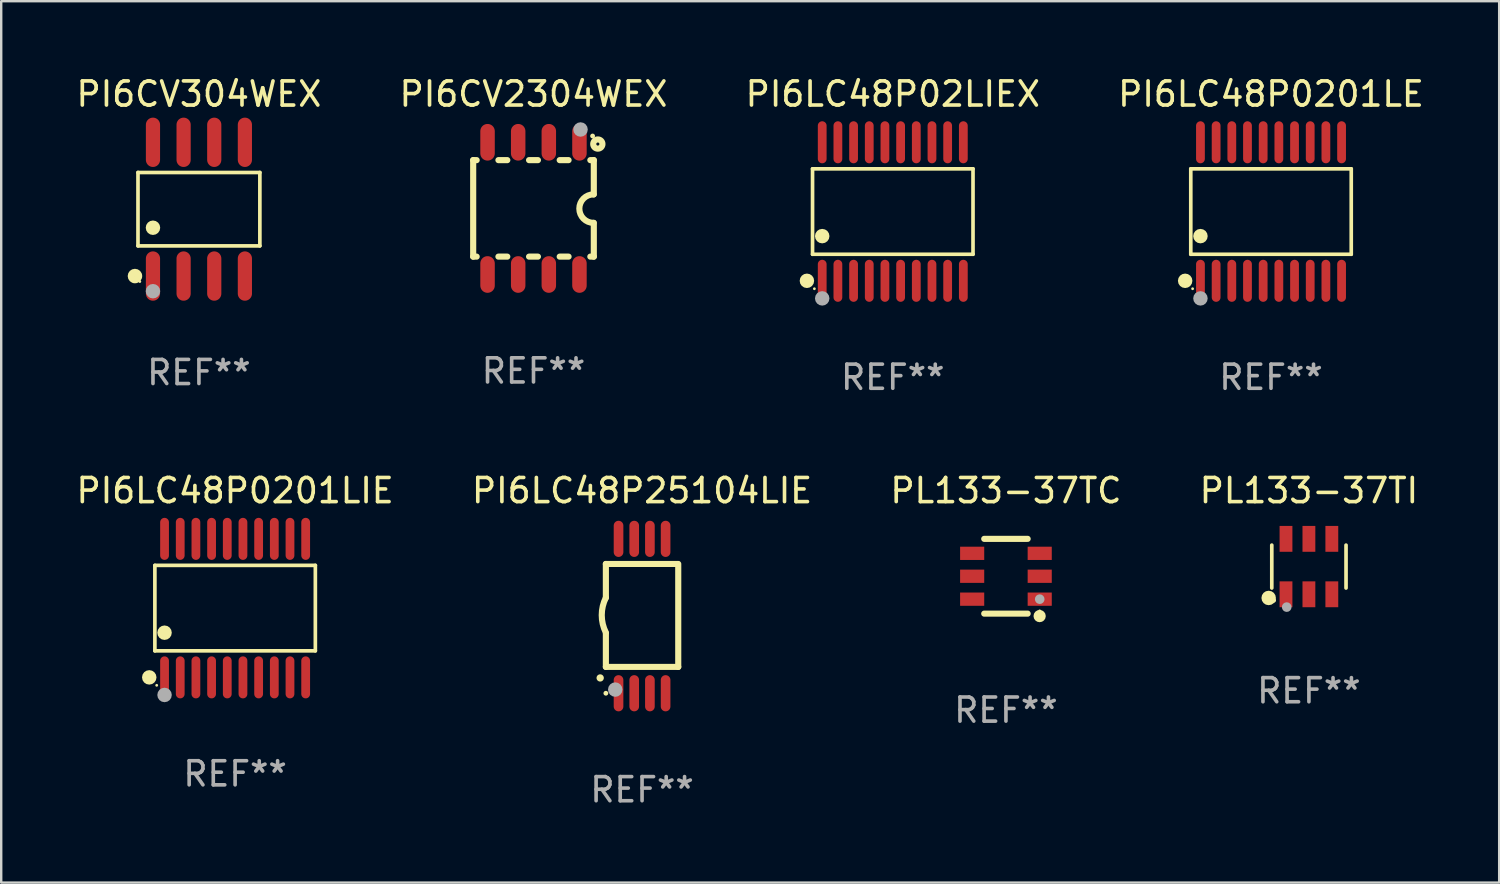
<source format=kicad_pcb>
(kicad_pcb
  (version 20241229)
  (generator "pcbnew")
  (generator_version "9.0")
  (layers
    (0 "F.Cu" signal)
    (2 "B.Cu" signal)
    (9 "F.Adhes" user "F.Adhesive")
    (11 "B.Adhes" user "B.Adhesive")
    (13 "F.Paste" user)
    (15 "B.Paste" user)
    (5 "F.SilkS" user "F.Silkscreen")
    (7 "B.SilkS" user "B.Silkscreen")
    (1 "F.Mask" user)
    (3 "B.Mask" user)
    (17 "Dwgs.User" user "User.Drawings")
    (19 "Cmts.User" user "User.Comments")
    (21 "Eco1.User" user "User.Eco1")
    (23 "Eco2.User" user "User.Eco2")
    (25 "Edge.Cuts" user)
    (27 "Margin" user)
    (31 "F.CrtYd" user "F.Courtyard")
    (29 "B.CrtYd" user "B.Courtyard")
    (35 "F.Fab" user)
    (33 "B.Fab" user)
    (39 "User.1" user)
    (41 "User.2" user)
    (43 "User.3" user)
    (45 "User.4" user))
  (footprint "PI6LC48P25104LIE"
    (layer "F.Cu")
    (at 23.565 22.487)
    (property "Reference" "PI6LC48P25104LIE" (at 0 -5.2 0) (layer "F.SilkS") (effects (font (size 1 1) (thickness 0.15))))
    (attr through_hole)
    (fp_line (start -1.5 -0.762) (end -1.5 -2.159) (stroke (width 0.254) (type solid)) (layer "F.SilkS"))
    (fp_line (start -1.5 2.108) (end -1.5 0.711) (stroke (width 0.254) (type solid)) (layer "F.SilkS"))
    (fp_line (start -1.5 2.108) (end 1.5 2.108) (stroke (width 0.254) (type solid)) (layer "F.SilkS"))
    (fp_line (start 1.463 -2.159) (end -1.5 -2.159) (stroke (width 0.254) (type solid)) (layer "F.SilkS"))
    (fp_line (start 1.5 2.108) (end 1.5 -2.159) (stroke (width 0.254) (type solid)) (layer "F.SilkS"))
    (fp_arc (start -1.737287 2.565405) (mid -1.736017 2.5654) (end -1.734747 2.565405) (stroke (width 0.3) (type solid)) (layer "F.SilkS"))
    (fp_arc (start -1.500076 0.685801) (mid -1.670966 -0.0381) (end -1.500076 -0.762002) (stroke (width 0.254001) (type solid)) (layer "F.SilkS"))
    (fp_circle (center -1.5 3.2) (end -1.45 3.2) (stroke (width 0.1) (type solid)) (fill no) (layer "F.SilkS"))
    (fp_circle (center -1.112 3.048) (end -0.962 3.048) (stroke (width 0.3) (type solid)) (fill no) (layer "F.Fab"))
    (fp_text user "REF**" (at 0 7.2 0) (layer "F.Fab") (effects (font (size 1 1) (thickness 0.15))))
    (pad "1" smd oval (at -0.975 3.2 180) (size 0.4 1.5) (layers "F.Cu" "F.Mask" "F.Paste"))
    (pad "2" smd oval (at -0.325 3.2 180) (size 0.4 1.5) (layers "F.Cu" "F.Mask" "F.Paste"))
    (pad "3" smd oval (at 0.325 3.2 180) (size 0.4 1.5) (layers "F.Cu" "F.Mask" "F.Paste"))
    (pad "4" smd oval (at 0.976 3.2 180) (size 0.4 1.5) (layers "F.Cu" "F.Mask" "F.Paste"))
    (pad "5" smd oval (at 0.976 -3.2 180) (size 0.4 1.5) (layers "F.Cu" "F.Mask" "F.Paste"))
    (pad "6" smd oval (at 0.325 -3.2 180) (size 0.4 1.5) (layers "F.Cu" "F.Mask" "F.Paste"))
    (pad "7" smd oval (at -0.325 -3.2 180) (size 0.4 1.5) (layers "F.Cu" "F.Mask" "F.Paste"))
    (pad "8" smd oval (at -0.975 -3.2 180) (size 0.4 1.5) (layers "F.Cu" "F.Mask" "F.Paste")))
  (footprint "PL133-37TI"
    (layer "F.Cu")
    (at 51.208 20.436)
    (property "Reference" "PL133-37TI" (at 0 -3.149 0) (layer "F.SilkS") (effects (font (size 1 1) (thickness 0.15))))
    (attr through_hole)
    (fp_line (start -1.539 0.889) (end -1.539 -0.889) (stroke (width 0.152) (type solid)) (layer "F.SilkS"))
    (fp_line (start 1.539 0.889) (end 1.539 -0.889) (stroke (width 0.152) (type solid)) (layer "F.SilkS"))
    (fp_circle (center -1.668 1.301) (end -1.518 1.301) (stroke (width 0.3) (type solid)) (fill no) (layer "F.SilkS"))
    (fp_circle (center -1.463 1.4) (end -1.413 1.4) (stroke (width 0.1) (type solid)) (fill no) (layer "F.SilkS"))
    (fp_circle (center -0.92 1.68) (end -0.82 1.68) (stroke (width 0.2) (type solid)) (fill no) (layer "F.Fab"))
    (fp_text user "REF**" (at 0 5.149 0) (layer "F.Fab") (effects (font (size 1 1) (thickness 0.15))))
    (pad "1" smd rect (at -0.95 1.149) (size 0.532 1.072) (layers "F.Cu" "F.Mask" "F.Paste"))
    (pad "2" smd rect (at 0 1.149) (size 0.532 1.072) (layers "F.Cu" "F.Mask" "F.Paste"))
    (pad "3" smd rect (at 0.95 1.149) (size 0.532 1.072) (layers "F.Cu" "F.Mask" "F.Paste"))
    (pad "4" smd rect (at 0.95 -1.149) (size 0.532 1.072) (layers "F.Cu" "F.Mask" "F.Paste"))
    (pad "5" smd rect (at 0 -1.149) (size 0.532 1.072) (layers "F.Cu" "F.Mask" "F.Paste"))
    (pad "6" smd rect (at -0.95 -1.149) (size 0.532 1.072) (layers "F.Cu" "F.Mask" "F.Paste")))
  (footprint "PI6LC48P0201LIE"
    (layer "F.Cu")
    (at 6.696 22.158)
    (property "Reference" "PI6LC48P0201LIE" (at 0 -4.871 0) (layer "F.SilkS") (effects (font (size 1 1) (thickness 0.15))))
    (attr through_hole)
    (fp_line (start -3.326 -1.771) (end 3.326 -1.771) (stroke (width 0.152) (type solid)) (layer "F.SilkS"))
    (fp_line (start -3.326 1.771) (end -3.326 -1.771) (stroke (width 0.152) (type solid)) (layer "F.SilkS"))
    (fp_line (start 3.326 -1.771) (end 3.326 1.771) (stroke (width 0.152) (type solid)) (layer "F.SilkS"))
    (fp_line (start 3.326 1.771) (end -3.326 1.771) (stroke (width 0.152) (type solid)) (layer "F.SilkS"))
    (fp_circle (center -3.559 2.871) (end -3.409 2.871) (stroke (width 0.3) (type solid)) (fill no) (layer "F.SilkS"))
    (fp_circle (center -3.25 3.2) (end -3.22 3.2) (stroke (width 0.06) (type solid)) (fill no) (layer "F.SilkS"))
    (fp_circle (center -2.925 1.019) (end -2.775 1.019) (stroke (width 0.3) (type solid)) (fill no) (layer "F.SilkS"))
    (fp_circle (center -2.925 3.6) (end -2.775 3.6) (stroke (width 0.3) (type solid)) (fill no) (layer "F.Fab"))
    (fp_text user "REF**" (at 0 6.871 0) (layer "F.Fab") (effects (font (size 1 1) (thickness 0.15))))
    (pad "1" smd oval (at -2.925 2.871) (size 0.364 1.742) (layers "F.Cu" "F.Mask" "F.Paste"))
    (pad "2" smd oval (at -2.275 2.871) (size 0.364 1.742) (layers "F.Cu" "F.Mask" "F.Paste"))
    (pad "3" smd oval (at -1.625 2.871) (size 0.364 1.742) (layers "F.Cu" "F.Mask" "F.Paste"))
    (pad "4" smd oval (at -0.975 2.871) (size 0.364 1.742) (layers "F.Cu" "F.Mask" "F.Paste"))
    (pad "5" smd oval (at -0.325 2.871) (size 0.364 1.742) (layers "F.Cu" "F.Mask" "F.Paste"))
    (pad "6" smd oval (at 0.325 2.871) (size 0.364 1.742) (layers "F.Cu" "F.Mask" "F.Paste"))
    (pad "7" smd oval (at 0.975 2.871) (size 0.364 1.742) (layers "F.Cu" "F.Mask" "F.Paste"))
    (pad "8" smd oval (at 1.625 2.871) (size 0.364 1.742) (layers "F.Cu" "F.Mask" "F.Paste"))
    (pad "9" smd oval (at 2.275 2.871) (size 0.364 1.742) (layers "F.Cu" "F.Mask" "F.Paste"))
    (pad "10" smd oval (at 2.925 2.871) (size 0.364 1.742) (layers "F.Cu" "F.Mask" "F.Paste"))
    (pad "11" smd oval (at 2.925 -2.871) (size 0.364 1.742) (layers "F.Cu" "F.Mask" "F.Paste"))
    (pad "12" smd oval (at 2.275 -2.871) (size 0.364 1.742) (layers "F.Cu" "F.Mask" "F.Paste"))
    (pad "13" smd oval (at 1.625 -2.871) (size 0.364 1.742) (layers "F.Cu" "F.Mask" "F.Paste"))
    (pad "14" smd oval (at 0.975 -2.871) (size 0.364 1.742) (layers "F.Cu" "F.Mask" "F.Paste"))
    (pad "15" smd oval (at 0.325 -2.871) (size 0.364 1.742) (layers "F.Cu" "F.Mask" "F.Paste"))
    (pad "16" smd oval (at -0.325 -2.871) (size 0.364 1.742) (layers "F.Cu" "F.Mask" "F.Paste"))
    (pad "17" smd oval (at -0.975 -2.871) (size 0.364 1.742) (layers "F.Cu" "F.Mask" "F.Paste"))
    (pad "18" smd oval (at -1.625 -2.871) (size 0.364 1.742) (layers "F.Cu" "F.Mask" "F.Paste"))
    (pad "19" smd oval (at -2.275 -2.871) (size 0.364 1.742) (layers "F.Cu" "F.Mask" "F.Paste"))
    (pad "20" smd oval (at -2.925 -2.871) (size 0.364 1.742) (layers "F.Cu" "F.Mask" "F.Paste")))
  (footprint "PL133-37TC"
    (layer "F.Cu")
    (at 38.649 20.837)
    (property "Reference" "PL133-37TC" (at 0 -3.55 0) (layer "F.SilkS") (effects (font (size 1 1) (thickness 0.15))))
    (attr through_hole)
    (fp_line (start -0.9 -1.55) (end 0.9 -1.55) (stroke (width 0.254) (type solid)) (layer "F.SilkS"))
    (fp_line (start -0.9 1.55) (end 0.9 1.55) (stroke (width 0.254) (type solid)) (layer "F.SilkS"))
    (fp_circle (center 1.397 1.651) (end 1.524 1.651) (stroke (width 0.254) (type solid)) (fill no) (layer "F.SilkS"))
    (fp_circle (center 1.4 1.435) (end 1.43 1.435) (stroke (width 0.06) (type solid)) (fill no) (layer "F.SilkS"))
    (fp_circle (center 1.4 0.95) (end 1.5 0.95) (stroke (width 0.2) (type solid)) (fill no) (layer "F.Fab"))
    (fp_text user "REF**" (at 0 5.55 0) (layer "F.Fab") (effects (font (size 1 1) (thickness 0.15))))
    (pad "1" smd rect (at 1.4 0.95) (size 1 0.55) (layers "F.Cu" "F.Mask" "F.Paste"))
    (pad "2" smd rect (at 1.4 -0.000102) (size 1 0.55) (layers "F.Cu" "F.Mask" "F.Paste"))
    (pad "3" smd rect (at 1.4 -0.95) (size 1 0.55) (layers "F.Cu" "F.Mask" "F.Paste"))
    (pad "4" smd rect (at -1.4 -0.95) (size 1 0.55) (layers "F.Cu" "F.Mask" "F.Paste"))
    (pad "5" smd rect (at -1.4 -0.000102) (size 1 0.55) (layers "F.Cu" "F.Mask" "F.Paste"))
    (pad "6" smd rect (at -1.4 0.95) (size 1 0.55) (layers "F.Cu" "F.Mask" "F.Paste")))
  (footprint "PI6LC48P0201LE"
    (layer "F.Cu")
    (at 49.637 5.719)
    (property "Reference" "PI6LC48P0201LE" (at 0 -4.871 0) (layer "F.SilkS") (effects (font (size 1 1) (thickness 0.15))))
    (attr through_hole)
    (fp_line (start -3.326 -1.771) (end 3.326 -1.771) (stroke (width 0.152) (type solid)) (layer "F.SilkS"))
    (fp_line (start -3.326 1.771) (end -3.326 -1.771) (stroke (width 0.152) (type solid)) (layer "F.SilkS"))
    (fp_line (start 3.326 -1.771) (end 3.326 1.771) (stroke (width 0.152) (type solid)) (layer "F.SilkS"))
    (fp_line (start 3.326 1.771) (end -3.326 1.771) (stroke (width 0.152) (type solid)) (layer "F.SilkS"))
    (fp_circle (center -3.559 2.871) (end -3.409 2.871) (stroke (width 0.3) (type solid)) (fill no) (layer "F.SilkS"))
    (fp_circle (center -3.25 3.2) (end -3.22 3.2) (stroke (width 0.06) (type solid)) (fill no) (layer "F.SilkS"))
    (fp_circle (center -2.925 1.019) (end -2.775 1.019) (stroke (width 0.3) (type solid)) (fill no) (layer "F.SilkS"))
    (fp_circle (center -2.925 3.6) (end -2.775 3.6) (stroke (width 0.3) (type solid)) (fill no) (layer "F.Fab"))
    (fp_text user "REF**" (at 0 6.871 0) (layer "F.Fab") (effects (font (size 1 1) (thickness 0.15))))
    (pad "1" smd oval (at -2.925 2.871) (size 0.364 1.742) (layers "F.Cu" "F.Mask" "F.Paste"))
    (pad "2" smd oval (at -2.275 2.871) (size 0.364 1.742) (layers "F.Cu" "F.Mask" "F.Paste"))
    (pad "3" smd oval (at -1.625 2.871) (size 0.364 1.742) (layers "F.Cu" "F.Mask" "F.Paste"))
    (pad "4" smd oval (at -0.975 2.871) (size 0.364 1.742) (layers "F.Cu" "F.Mask" "F.Paste"))
    (pad "5" smd oval (at -0.325 2.871) (size 0.364 1.742) (layers "F.Cu" "F.Mask" "F.Paste"))
    (pad "6" smd oval (at 0.325 2.871) (size 0.364 1.742) (layers "F.Cu" "F.Mask" "F.Paste"))
    (pad "7" smd oval (at 0.975 2.871) (size 0.364 1.742) (layers "F.Cu" "F.Mask" "F.Paste"))
    (pad "8" smd oval (at 1.625 2.871) (size 0.364 1.742) (layers "F.Cu" "F.Mask" "F.Paste"))
    (pad "9" smd oval (at 2.275 2.871) (size 0.364 1.742) (layers "F.Cu" "F.Mask" "F.Paste"))
    (pad "10" smd oval (at 2.925 2.871) (size 0.364 1.742) (layers "F.Cu" "F.Mask" "F.Paste"))
    (pad "11" smd oval (at 2.925 -2.871) (size 0.364 1.742) (layers "F.Cu" "F.Mask" "F.Paste"))
    (pad "12" smd oval (at 2.275 -2.871) (size 0.364 1.742) (layers "F.Cu" "F.Mask" "F.Paste"))
    (pad "13" smd oval (at 1.625 -2.871) (size 0.364 1.742) (layers "F.Cu" "F.Mask" "F.Paste"))
    (pad "14" smd oval (at 0.975 -2.871) (size 0.364 1.742) (layers "F.Cu" "F.Mask" "F.Paste"))
    (pad "15" smd oval (at 0.325 -2.871) (size 0.364 1.742) (layers "F.Cu" "F.Mask" "F.Paste"))
    (pad "16" smd oval (at -0.325 -2.871) (size 0.364 1.742) (layers "F.Cu" "F.Mask" "F.Paste"))
    (pad "17" smd oval (at -0.975 -2.871) (size 0.364 1.742) (layers "F.Cu" "F.Mask" "F.Paste"))
    (pad "18" smd oval (at -1.625 -2.871) (size 0.364 1.742) (layers "F.Cu" "F.Mask" "F.Paste"))
    (pad "19" smd oval (at -2.275 -2.871) (size 0.364 1.742) (layers "F.Cu" "F.Mask" "F.Paste"))
    (pad "20" smd oval (at -2.925 -2.871) (size 0.364 1.742) (layers "F.Cu" "F.Mask" "F.Paste")))
  (footprint "PI6CV2304WEX"
    (layer "F.Cu")
    (at 19.065 5.588)
    (property "Reference" "PI6CV2304WEX" (at 0 -4.74 0) (layer "F.SilkS") (effects (font (size 1 1) (thickness 0.15))))
    (attr through_hole)
    (fp_line (start -2.5 2) (end -2.5 -2) (stroke (width 0.254) (type solid)) (layer "F.SilkS"))
    (fp_line (start -2.356 -2) (end -2.5 -2) (stroke (width 0.254) (type solid)) (layer "F.SilkS"))
    (fp_line (start -2.356 2) (end -2.5 2) (stroke (width 0.254) (type solid)) (layer "F.SilkS"))
    (fp_line (start -1.086 -2) (end -1.454 -2) (stroke (width 0.254) (type solid)) (layer "F.SilkS"))
    (fp_line (start -1.086 2) (end -1.454 2) (stroke (width 0.254) (type solid)) (layer "F.SilkS"))
    (fp_line (start 0.184 -2) (end -0.184 -2) (stroke (width 0.254) (type solid)) (layer "F.SilkS"))
    (fp_line (start 0.184 2) (end -0.184 2) (stroke (width 0.254) (type solid)) (layer "F.SilkS"))
    (fp_line (start 1.454 -2) (end 1.086 -2) (stroke (width 0.254) (type solid)) (layer "F.SilkS"))
    (fp_line (start 1.454 2) (end 1.086 2) (stroke (width 0.254) (type solid)) (layer "F.SilkS"))
    (fp_line (start 2.5 -2) (end 2.356 -2) (stroke (width 0.254) (type solid)) (layer "F.SilkS"))
    (fp_line (start 2.5 -0.58) (end 2.5 -2) (stroke (width 0.254) (type solid)) (layer "F.SilkS"))
    (fp_line (start 2.5 2) (end 2.356 2) (stroke (width 0.254) (type solid)) (layer "F.SilkS"))
    (fp_line (start 2.5 2) (end 2.5 0.6) (stroke (width 0.254) (type solid)) (layer "F.SilkS"))
    (fp_arc (start 2.489992 0.600051) (mid 1.901674 0.010046) (end 2.489992 -0.579959) (stroke (width 0.254001) (type solid)) (layer "F.SilkS"))
    (fp_circle (center 2.45 -3) (end 2.5 -3) (stroke (width 0.1) (type solid)) (fill no) (layer "F.SilkS"))
    (fp_circle (center 2.667 -2.667) (end 2.858 -2.667) (stroke (width 0.254) (type solid)) (fill no) (layer "F.SilkS"))
    (fp_circle (center 1.95 -3.27) (end 2.1 -3.27) (stroke (width 0.3) (type solid)) (fill no) (layer "F.Fab"))
    (fp_text user "REF**" (at 0 6.74 0) (layer "F.Fab") (effects (font (size 1 1) (thickness 0.15))))
    (pad "1" smd oval (at 1.905 -2.74) (size 0.6 1.52) (layers "F.Cu" "F.Mask" "F.Paste"))
    (pad "2" smd oval (at 0.635 -2.74) (size 0.6 1.52) (layers "F.Cu" "F.Mask" "F.Paste"))
    (pad "3" smd oval (at -0.635 -2.74) (size 0.6 1.52) (layers "F.Cu" "F.Mask" "F.Paste"))
    (pad "4" smd oval (at -1.905 -2.74) (size 0.6 1.52) (layers "F.Cu" "F.Mask" "F.Paste"))
    (pad "5" smd oval (at -1.905 2.74) (size 0.6 1.52) (layers "F.Cu" "F.Mask" "F.Paste"))
    (pad "6" smd oval (at -0.635 2.74) (size 0.6 1.52) (layers "F.Cu" "F.Mask" "F.Paste"))
    (pad "7" smd oval (at 0.635 2.74) (size 0.6 1.52) (layers "F.Cu" "F.Mask" "F.Paste"))
    (pad "8" smd oval (at 1.905 2.74) (size 0.6 1.52) (layers "F.Cu" "F.Mask" "F.Paste")))
  (footprint "PI6LC48P02LIEX"
    (layer "F.Cu")
    (at 33.958 5.719)
    (property "Reference" "PI6LC48P02LIEX" (at 0 -4.871 0) (layer "F.SilkS") (effects (font (size 1 1) (thickness 0.15))))
    (attr through_hole)
    (fp_line (start -3.326 -1.771) (end 3.326 -1.771) (stroke (width 0.152) (type solid)) (layer "F.SilkS"))
    (fp_line (start -3.326 1.771) (end -3.326 -1.771) (stroke (width 0.152) (type solid)) (layer "F.SilkS"))
    (fp_line (start 3.326 -1.771) (end 3.326 1.771) (stroke (width 0.152) (type solid)) (layer "F.SilkS"))
    (fp_line (start 3.326 1.771) (end -3.326 1.771) (stroke (width 0.152) (type solid)) (layer "F.SilkS"))
    (fp_circle (center -3.559 2.871) (end -3.409 2.871) (stroke (width 0.3) (type solid)) (fill no) (layer "F.SilkS"))
    (fp_circle (center -3.25 3.2) (end -3.22 3.2) (stroke (width 0.06) (type solid)) (fill no) (layer "F.SilkS"))
    (fp_circle (center -2.925 1.019) (end -2.775 1.019) (stroke (width 0.3) (type solid)) (fill no) (layer "F.SilkS"))
    (fp_circle (center -2.925 3.6) (end -2.775 3.6) (stroke (width 0.3) (type solid)) (fill no) (layer "F.Fab"))
    (fp_text user "REF**" (at 0 6.871 0) (layer "F.Fab") (effects (font (size 1 1) (thickness 0.15))))
    (pad "1" smd oval (at -2.925 2.871) (size 0.364 1.742) (layers "F.Cu" "F.Mask" "F.Paste"))
    (pad "2" smd oval (at -2.275 2.871) (size 0.364 1.742) (layers "F.Cu" "F.Mask" "F.Paste"))
    (pad "3" smd oval (at -1.625 2.871) (size 0.364 1.742) (layers "F.Cu" "F.Mask" "F.Paste"))
    (pad "4" smd oval (at -0.975 2.871) (size 0.364 1.742) (layers "F.Cu" "F.Mask" "F.Paste"))
    (pad "5" smd oval (at -0.325 2.871) (size 0.364 1.742) (layers "F.Cu" "F.Mask" "F.Paste"))
    (pad "6" smd oval (at 0.325 2.871) (size 0.364 1.742) (layers "F.Cu" "F.Mask" "F.Paste"))
    (pad "7" smd oval (at 0.975 2.871) (size 0.364 1.742) (layers "F.Cu" "F.Mask" "F.Paste"))
    (pad "8" smd oval (at 1.625 2.871) (size 0.364 1.742) (layers "F.Cu" "F.Mask" "F.Paste"))
    (pad "9" smd oval (at 2.275 2.871) (size 0.364 1.742) (layers "F.Cu" "F.Mask" "F.Paste"))
    (pad "10" smd oval (at 2.925 2.871) (size 0.364 1.742) (layers "F.Cu" "F.Mask" "F.Paste"))
    (pad "11" smd oval (at 2.925 -2.871) (size 0.364 1.742) (layers "F.Cu" "F.Mask" "F.Paste"))
    (pad "12" smd oval (at 2.275 -2.871) (size 0.364 1.742) (layers "F.Cu" "F.Mask" "F.Paste"))
    (pad "13" smd oval (at 1.625 -2.871) (size 0.364 1.742) (layers "F.Cu" "F.Mask" "F.Paste"))
    (pad "14" smd oval (at 0.975 -2.871) (size 0.364 1.742) (layers "F.Cu" "F.Mask" "F.Paste"))
    (pad "15" smd oval (at 0.325 -2.871) (size 0.364 1.742) (layers "F.Cu" "F.Mask" "F.Paste"))
    (pad "16" smd oval (at -0.325 -2.871) (size 0.364 1.742) (layers "F.Cu" "F.Mask" "F.Paste"))
    (pad "17" smd oval (at -0.975 -2.871) (size 0.364 1.742) (layers "F.Cu" "F.Mask" "F.Paste"))
    (pad "18" smd oval (at -1.625 -2.871) (size 0.364 1.742) (layers "F.Cu" "F.Mask" "F.Paste"))
    (pad "19" smd oval (at -2.275 -2.871) (size 0.364 1.742) (layers "F.Cu" "F.Mask" "F.Paste"))
    (pad "20" smd oval (at -2.925 -2.871) (size 0.364 1.742) (layers "F.Cu" "F.Mask" "F.Paste")))
  (footprint "PI6CV304WEX"
    (layer "F.Cu")
    (at 5.196 5.621)
    (property "Reference" "PI6CV304WEX" (at 0 -4.772 0) (layer "F.SilkS") (effects (font (size 1 1) (thickness 0.15))))
    (attr through_hole)
    (fp_line (start -2.526 -1.521) (end 2.526 -1.521) (stroke (width 0.152) (type solid)) (layer "F.SilkS"))
    (fp_line (start -2.526 1.521) (end -2.526 -1.521) (stroke (width 0.152) (type solid)) (layer "F.SilkS"))
    (fp_line (start 2.526 -1.521) (end 2.526 1.521) (stroke (width 0.152) (type solid)) (layer "F.SilkS"))
    (fp_line (start 2.526 1.521) (end -2.526 1.521) (stroke (width 0.152) (type solid)) (layer "F.SilkS"))
    (fp_circle (center -2.652 2.772) (end -2.501 2.772) (stroke (width 0.3) (type solid)) (fill no) (layer "F.SilkS"))
    (fp_circle (center -2.45 3) (end -2.42 3) (stroke (width 0.06) (type solid)) (fill no) (layer "F.SilkS"))
    (fp_circle (center -1.905 0.769) (end -1.755 0.769) (stroke (width 0.3) (type solid)) (fill no) (layer "F.SilkS"))
    (fp_circle (center -1.905 3.4) (end -1.755 3.4) (stroke (width 0.3) (type solid)) (fill no) (layer "F.Fab"))
    (fp_text user "REF**" (at 0 6.772 0) (layer "F.Fab") (effects (font (size 1 1) (thickness 0.15))))
    (pad "1" smd oval (at -1.905 2.772) (size 0.588 2.045) (layers "F.Cu" "F.Mask" "F.Paste"))
    (pad "2" smd oval (at -0.635 2.772) (size 0.588 2.045) (layers "F.Cu" "F.Mask" "F.Paste"))
    (pad "3" smd oval (at 0.635 2.772) (size 0.588 2.045) (layers "F.Cu" "F.Mask" "F.Paste"))
    (pad "4" smd oval (at 1.905 2.772) (size 0.588 2.045) (layers "F.Cu" "F.Mask" "F.Paste"))
    (pad "5" smd oval (at 1.905 -2.772) (size 0.588 2.045) (layers "F.Cu" "F.Mask" "F.Paste"))
    (pad "6" smd oval (at 0.635 -2.772) (size 0.588 2.045) (layers "F.Cu" "F.Mask" "F.Paste"))
    (pad "7" smd oval (at -0.635 -2.772) (size 0.588 2.045) (layers "F.Cu" "F.Mask" "F.Paste"))
    (pad "8" smd oval (at -1.905 -2.772) (size 0.588 2.045) (layers "F.Cu" "F.Mask" "F.Paste")))
  (gr_rect
    (start -3 -3)
    (end 59.095 33.536)
    (stroke (width 0.1) (type default))
    (fill no)
    (layer "Edge.Cuts")))
</source>
